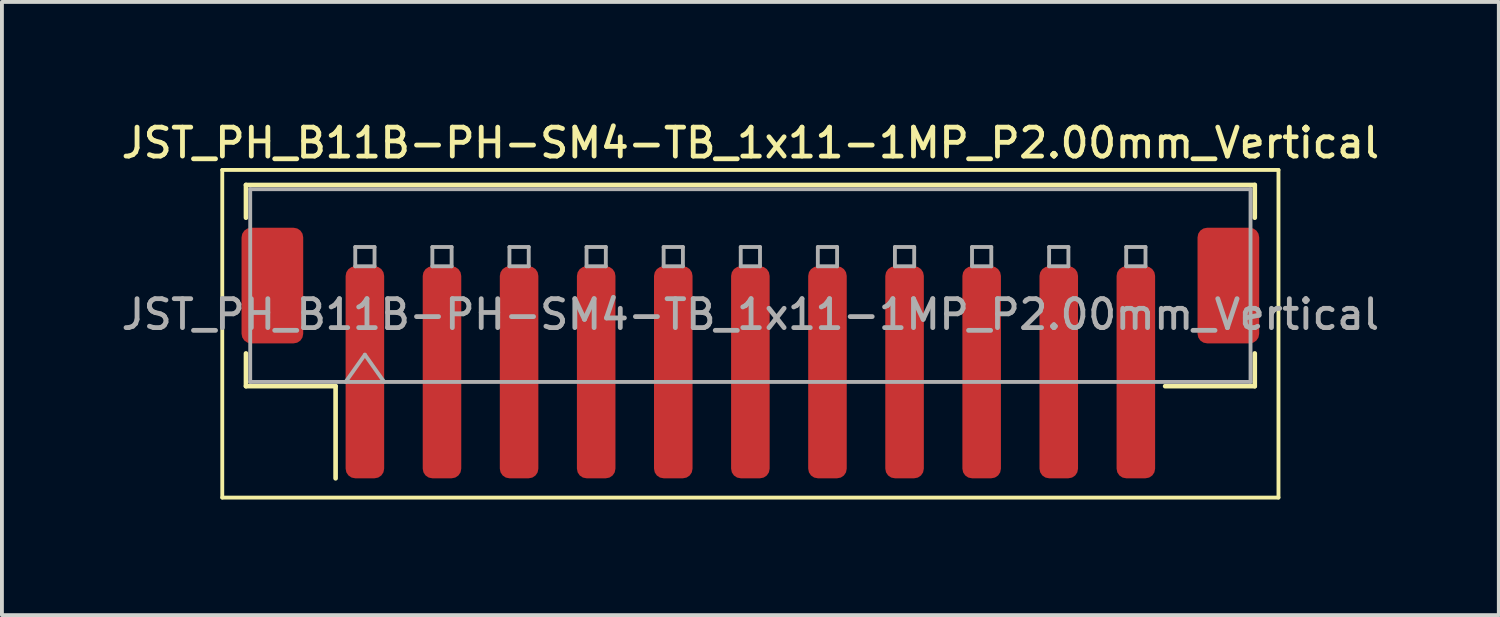
<source format=kicad_pcb>
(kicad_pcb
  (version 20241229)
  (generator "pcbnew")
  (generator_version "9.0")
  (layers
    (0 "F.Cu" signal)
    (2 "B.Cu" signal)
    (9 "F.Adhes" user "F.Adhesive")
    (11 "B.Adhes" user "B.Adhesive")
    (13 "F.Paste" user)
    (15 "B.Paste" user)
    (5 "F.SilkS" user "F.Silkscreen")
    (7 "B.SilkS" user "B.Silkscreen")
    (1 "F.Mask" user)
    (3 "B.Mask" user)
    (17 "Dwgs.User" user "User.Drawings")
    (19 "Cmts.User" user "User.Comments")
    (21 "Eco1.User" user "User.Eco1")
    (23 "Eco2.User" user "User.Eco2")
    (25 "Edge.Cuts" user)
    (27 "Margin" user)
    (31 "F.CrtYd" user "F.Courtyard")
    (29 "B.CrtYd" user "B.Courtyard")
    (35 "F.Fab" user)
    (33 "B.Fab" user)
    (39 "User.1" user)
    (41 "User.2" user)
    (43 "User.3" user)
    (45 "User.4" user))
  (footprint "JST_PH_B11B-PH-SM4-TB_1x11-1MP_P2.00mm_Vertical"
    (layer "F.Cu")
    (at 16.416 6.108)
    (property "Reference" "JST_PH_B11B-PH-SM4-TB_1x11-1MP_P2.00mm_Vertical" (at 0 -5.45 0) (layer "F.SilkS") (effects (font (size 0.75 0.75) (thickness 0.125))))
    (attr smd)
    (fp_line (start -13.7 -4.75) (end -13.7 3.75) (stroke (width 0.1) (type solid)) (layer "F.SilkS"))
    (fp_line (start -13.7 3.75) (end 13.7 3.75) (stroke (width 0.1) (type solid)) (layer "F.SilkS"))
    (fp_line (start -13.085 -4.36) (end 13.085 -4.36) (stroke (width 0.12) (type solid)) (layer "F.SilkS"))
    (fp_line (start -13.085 -3.51) (end -13.085 -4.36) (stroke (width 0.12) (type solid)) (layer "F.SilkS"))
    (fp_line (start -13.085 0.01) (end -13.085 0.86) (stroke (width 0.12) (type solid)) (layer "F.SilkS"))
    (fp_line (start -13.085 0.86) (end -10.76 0.86) (stroke (width 0.12) (type solid)) (layer "F.SilkS"))
    (fp_line (start -10.76 0.86) (end -10.76 3.25) (stroke (width 0.12) (type solid)) (layer "F.SilkS"))
    (fp_line (start 13.085 -4.36) (end 13.085 -3.51) (stroke (width 0.12) (type solid)) (layer "F.SilkS"))
    (fp_line (start 13.085 0.01) (end 13.085 0.86) (stroke (width 0.12) (type solid)) (layer "F.SilkS"))
    (fp_line (start 13.085 0.86) (end 10.76 0.86) (stroke (width 0.12) (type solid)) (layer "F.SilkS"))
    (fp_line (start 13.7 -4.75) (end -13.7 -4.75) (stroke (width 0.1) (type solid)) (layer "F.SilkS"))
    (fp_line (start 13.7 3.75) (end 13.7 -4.75) (stroke (width 0.1) (type solid)) (layer "F.SilkS"))
    (fp_line (start -12.975 -4.25) (end 12.975 -4.25) (stroke (width 0.1) (type solid)) (layer "F.Fab"))
    (fp_line (start -12.975 0.75) (end -12.975 -4.25) (stroke (width 0.1) (type solid)) (layer "F.Fab"))
    (fp_line (start -12.975 0.75) (end 12.975 0.75) (stroke (width 0.1) (type solid)) (layer "F.Fab"))
    (fp_line (start -10.5 0.75) (end -10 0.043) (stroke (width 0.1) (type solid)) (layer "F.Fab"))
    (fp_line (start -10.25 -2.75) (end -10.25 -2.25) (stroke (width 0.1) (type solid)) (layer "F.Fab"))
    (fp_line (start -10.25 -2.25) (end -9.75 -2.25) (stroke (width 0.1) (type solid)) (layer "F.Fab"))
    (fp_line (start -10 0.043) (end -9.5 0.75) (stroke (width 0.1) (type solid)) (layer "F.Fab"))
    (fp_line (start -9.75 -2.75) (end -10.25 -2.75) (stroke (width 0.1) (type solid)) (layer "F.Fab"))
    (fp_line (start -9.75 -2.25) (end -9.75 -2.75) (stroke (width 0.1) (type solid)) (layer "F.Fab"))
    (fp_line (start -8.25 -2.75) (end -8.25 -2.25) (stroke (width 0.1) (type solid)) (layer "F.Fab"))
    (fp_line (start -8.25 -2.25) (end -7.75 -2.25) (stroke (width 0.1) (type solid)) (layer "F.Fab"))
    (fp_line (start -7.75 -2.75) (end -8.25 -2.75) (stroke (width 0.1) (type solid)) (layer "F.Fab"))
    (fp_line (start -7.75 -2.25) (end -7.75 -2.75) (stroke (width 0.1) (type solid)) (layer "F.Fab"))
    (fp_line (start -6.25 -2.75) (end -6.25 -2.25) (stroke (width 0.1) (type solid)) (layer "F.Fab"))
    (fp_line (start -6.25 -2.25) (end -5.75 -2.25) (stroke (width 0.1) (type solid)) (layer "F.Fab"))
    (fp_line (start -5.75 -2.75) (end -6.25 -2.75) (stroke (width 0.1) (type solid)) (layer "F.Fab"))
    (fp_line (start -5.75 -2.25) (end -5.75 -2.75) (stroke (width 0.1) (type solid)) (layer "F.Fab"))
    (fp_line (start -4.25 -2.75) (end -4.25 -2.25) (stroke (width 0.1) (type solid)) (layer "F.Fab"))
    (fp_line (start -4.25 -2.25) (end -3.75 -2.25) (stroke (width 0.1) (type solid)) (layer "F.Fab"))
    (fp_line (start -3.75 -2.75) (end -4.25 -2.75) (stroke (width 0.1) (type solid)) (layer "F.Fab"))
    (fp_line (start -3.75 -2.25) (end -3.75 -2.75) (stroke (width 0.1) (type solid)) (layer "F.Fab"))
    (fp_line (start -2.25 -2.75) (end -2.25 -2.25) (stroke (width 0.1) (type solid)) (layer "F.Fab"))
    (fp_line (start -2.25 -2.25) (end -1.75 -2.25) (stroke (width 0.1) (type solid)) (layer "F.Fab"))
    (fp_line (start -1.75 -2.75) (end -2.25 -2.75) (stroke (width 0.1) (type solid)) (layer "F.Fab"))
    (fp_line (start -1.75 -2.25) (end -1.75 -2.75) (stroke (width 0.1) (type solid)) (layer "F.Fab"))
    (fp_line (start -0.25 -2.75) (end -0.25 -2.25) (stroke (width 0.1) (type solid)) (layer "F.Fab"))
    (fp_line (start -0.25 -2.25) (end 0.25 -2.25) (stroke (width 0.1) (type solid)) (layer "F.Fab"))
    (fp_line (start 0.25 -2.75) (end -0.25 -2.75) (stroke (width 0.1) (type solid)) (layer "F.Fab"))
    (fp_line (start 0.25 -2.25) (end 0.25 -2.75) (stroke (width 0.1) (type solid)) (layer "F.Fab"))
    (fp_line (start 1.75 -2.75) (end 1.75 -2.25) (stroke (width 0.1) (type solid)) (layer "F.Fab"))
    (fp_line (start 1.75 -2.25) (end 2.25 -2.25) (stroke (width 0.1) (type solid)) (layer "F.Fab"))
    (fp_line (start 2.25 -2.75) (end 1.75 -2.75) (stroke (width 0.1) (type solid)) (layer "F.Fab"))
    (fp_line (start 2.25 -2.25) (end 2.25 -2.75) (stroke (width 0.1) (type solid)) (layer "F.Fab"))
    (fp_line (start 3.75 -2.75) (end 3.75 -2.25) (stroke (width 0.1) (type solid)) (layer "F.Fab"))
    (fp_line (start 3.75 -2.25) (end 4.25 -2.25) (stroke (width 0.1) (type solid)) (layer "F.Fab"))
    (fp_line (start 4.25 -2.75) (end 3.75 -2.75) (stroke (width 0.1) (type solid)) (layer "F.Fab"))
    (fp_line (start 4.25 -2.25) (end 4.25 -2.75) (stroke (width 0.1) (type solid)) (layer "F.Fab"))
    (fp_line (start 5.75 -2.75) (end 5.75 -2.25) (stroke (width 0.1) (type solid)) (layer "F.Fab"))
    (fp_line (start 5.75 -2.25) (end 6.25 -2.25) (stroke (width 0.1) (type solid)) (layer "F.Fab"))
    (fp_line (start 6.25 -2.75) (end 5.75 -2.75) (stroke (width 0.1) (type solid)) (layer "F.Fab"))
    (fp_line (start 6.25 -2.25) (end 6.25 -2.75) (stroke (width 0.1) (type solid)) (layer "F.Fab"))
    (fp_line (start 7.75 -2.75) (end 7.75 -2.25) (stroke (width 0.1) (type solid)) (layer "F.Fab"))
    (fp_line (start 7.75 -2.25) (end 8.25 -2.25) (stroke (width 0.1) (type solid)) (layer "F.Fab"))
    (fp_line (start 8.25 -2.75) (end 7.75 -2.75) (stroke (width 0.1) (type solid)) (layer "F.Fab"))
    (fp_line (start 8.25 -2.25) (end 8.25 -2.75) (stroke (width 0.1) (type solid)) (layer "F.Fab"))
    (fp_line (start 9.75 -2.75) (end 9.75 -2.25) (stroke (width 0.1) (type solid)) (layer "F.Fab"))
    (fp_line (start 9.75 -2.25) (end 10.25 -2.25) (stroke (width 0.1) (type solid)) (layer "F.Fab"))
    (fp_line (start 10.25 -2.75) (end 9.75 -2.75) (stroke (width 0.1) (type solid)) (layer "F.Fab"))
    (fp_line (start 10.25 -2.25) (end 10.25 -2.75) (stroke (width 0.1) (type solid)) (layer "F.Fab"))
    (fp_line (start 12.975 0.75) (end 12.975 -4.25) (stroke (width 0.1) (type solid)) (layer "F.Fab"))
    (fp_text user "${REFERENCE}" (at 0 -1 0) (layer "F.Fab") (effects (font (size 0.75 0.75) (thickness 0.125))))
    (pad "1" smd roundrect (at -10 0.5) (size 1 5.5) (layers "F.Cu" "F.Mask" "F.Paste") (roundrect_rratio 0.25))
    (pad "2" smd roundrect (at -8 0.5) (size 1 5.5) (layers "F.Cu" "F.Mask" "F.Paste") (roundrect_rratio 0.25))
    (pad "3" smd roundrect (at -6 0.5) (size 1 5.5) (layers "F.Cu" "F.Mask" "F.Paste") (roundrect_rratio 0.25))
    (pad "4" smd roundrect (at -4 0.5) (size 1 5.5) (layers "F.Cu" "F.Mask" "F.Paste") (roundrect_rratio 0.25))
    (pad "5" smd roundrect (at -2 0.5) (size 1 5.5) (layers "F.Cu" "F.Mask" "F.Paste") (roundrect_rratio 0.25))
    (pad "6" smd roundrect (at 0 0.5) (size 1 5.5) (layers "F.Cu" "F.Mask" "F.Paste") (roundrect_rratio 0.25))
    (pad "7" smd roundrect (at 2 0.5) (size 1 5.5) (layers "F.Cu" "F.Mask" "F.Paste") (roundrect_rratio 0.25))
    (pad "8" smd roundrect (at 4 0.5) (size 1 5.5) (layers "F.Cu" "F.Mask" "F.Paste") (roundrect_rratio 0.25))
    (pad "9" smd roundrect (at 6 0.5) (size 1 5.5) (layers "F.Cu" "F.Mask" "F.Paste") (roundrect_rratio 0.25))
    (pad "10" smd roundrect (at 8 0.5) (size 1 5.5) (layers "F.Cu" "F.Mask" "F.Paste") (roundrect_rratio 0.25))
    (pad "11" smd roundrect (at 10 0.5) (size 1 5.5) (layers "F.Cu" "F.Mask" "F.Paste") (roundrect_rratio 0.25))
    (pad "MP" smd roundrect (at -12.4 -1.75) (size 1.6 3) (layers "F.Cu" "F.Mask" "F.Paste") (roundrect_rratio 0.156))
    (pad "MP" smd roundrect (at 12.4 -1.75) (size 1.6 3) (layers "F.Cu" "F.Mask" "F.Paste") (roundrect_rratio 0.156)))
  (gr_rect
    (start -3 -3)
    (end 35.832 12.908)
    (stroke (width 0.1) (type default))
    (fill no)
    (layer "Edge.Cuts")))
</source>
